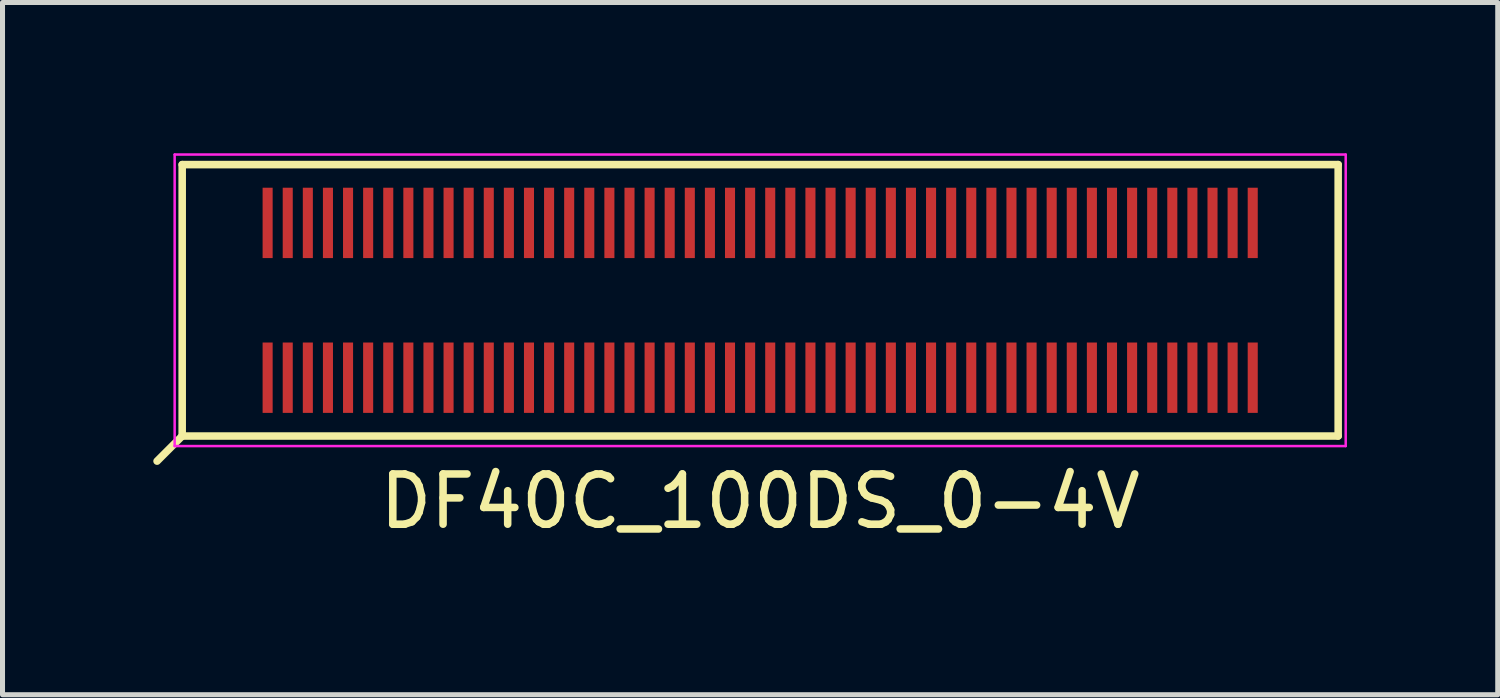
<source format=kicad_pcb>
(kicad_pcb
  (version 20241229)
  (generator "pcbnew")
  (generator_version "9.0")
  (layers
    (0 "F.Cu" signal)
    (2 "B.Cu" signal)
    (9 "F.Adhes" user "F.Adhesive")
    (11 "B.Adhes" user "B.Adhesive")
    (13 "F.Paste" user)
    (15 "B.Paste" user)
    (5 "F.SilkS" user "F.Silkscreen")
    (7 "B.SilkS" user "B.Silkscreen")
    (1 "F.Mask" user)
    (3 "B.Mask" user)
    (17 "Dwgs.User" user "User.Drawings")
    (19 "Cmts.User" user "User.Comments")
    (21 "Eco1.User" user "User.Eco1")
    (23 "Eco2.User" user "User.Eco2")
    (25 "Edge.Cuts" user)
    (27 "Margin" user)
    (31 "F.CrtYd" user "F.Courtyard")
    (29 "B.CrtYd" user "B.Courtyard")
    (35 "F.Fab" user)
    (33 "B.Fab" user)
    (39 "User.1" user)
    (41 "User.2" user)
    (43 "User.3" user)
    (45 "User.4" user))
  (footprint "DF40C_100DS_0-4V"
    (layer "F.Cu")
    (at 12.075 2.925)
    (property "Reference" "DF40C_100DS_0-4V" (at 0 4 0) (layer "F.SilkS") (effects (font (size 1 1) (thickness 0.15))))
    (attr smd)
    (fp_line (start -11.5 -2.7) (end -11.5 2.7) (stroke (width 0.15) (type solid)) (layer "F.SilkS"))
    (fp_line (start -11.5 -2.7) (end 11.5 -2.7) (stroke (width 0.15) (type solid)) (layer "F.SilkS"))
    (fp_line (start -11.5 2.7) (end -12 3.2) (stroke (width 0.15) (type solid)) (layer "F.SilkS"))
    (fp_line (start 11.5 2.7) (end -11.5 2.7) (stroke (width 0.15) (type solid)) (layer "F.SilkS"))
    (fp_line (start 11.5 2.7) (end 11.5 -2.7) (stroke (width 0.15) (type solid)) (layer "F.SilkS"))
    (fp_line (start -11.65 -2.9) (end -11.65 2.9) (stroke (width 0.05) (type solid)) (layer "F.CrtYd"))
    (fp_line (start -11.65 -2.9) (end 11.65 -2.9) (stroke (width 0.05) (type solid)) (layer "F.CrtYd"))
    (fp_line (start 11.65 2.9) (end -11.65 2.9) (stroke (width 0.05) (type solid)) (layer "F.CrtYd"))
    (fp_line (start 11.65 2.9) (end 11.65 -2.9) (stroke (width 0.05) (type solid)) (layer "F.CrtYd"))
    (pad "1" smd rect (at -9.8 1.54) (size 0.2 1.4) (layers "F.Cu" "F.Mask" "F.Paste"))
    (pad "2" smd rect (at -9.8 -1.54) (size 0.2 1.4) (layers "F.Cu" "F.Mask" "F.Paste"))
    (pad "3" smd rect (at -9.4 1.54) (size 0.2 1.4) (layers "F.Cu" "F.Mask" "F.Paste"))
    (pad "4" smd rect (at -9.4 -1.54) (size 0.2 1.4) (layers "F.Cu" "F.Mask" "F.Paste"))
    (pad "5" smd rect (at -9 1.54) (size 0.2 1.4) (layers "F.Cu" "F.Mask" "F.Paste"))
    (pad "6" smd rect (at -9 -1.54) (size 0.2 1.4) (layers "F.Cu" "F.Mask" "F.Paste"))
    (pad "7" smd rect (at -8.6 1.54) (size 0.2 1.4) (layers "F.Cu" "F.Mask" "F.Paste"))
    (pad "8" smd rect (at -8.6 -1.54) (size 0.2 1.4) (layers "F.Cu" "F.Mask" "F.Paste"))
    (pad "9" smd rect (at -8.2 1.54) (size 0.2 1.4) (layers "F.Cu" "F.Mask" "F.Paste"))
    (pad "10" smd rect (at -8.2 -1.54) (size 0.2 1.4) (layers "F.Cu" "F.Mask" "F.Paste"))
    (pad "11" smd rect (at -7.8 1.54) (size 0.2 1.4) (layers "F.Cu" "F.Mask" "F.Paste"))
    (pad "12" smd rect (at -7.8 -1.54) (size 0.2 1.4) (layers "F.Cu" "F.Mask" "F.Paste"))
    (pad "13" smd rect (at -7.4 1.54) (size 0.2 1.4) (layers "F.Cu" "F.Mask" "F.Paste"))
    (pad "14" smd rect (at -7.4 -1.54) (size 0.2 1.4) (layers "F.Cu" "F.Mask" "F.Paste"))
    (pad "15" smd rect (at -7 1.54) (size 0.2 1.4) (layers "F.Cu" "F.Mask" "F.Paste"))
    (pad "16" smd rect (at -7 -1.54) (size 0.2 1.4) (layers "F.Cu" "F.Mask" "F.Paste"))
    (pad "17" smd rect (at -6.6 1.54) (size 0.2 1.4) (layers "F.Cu" "F.Mask" "F.Paste"))
    (pad "18" smd rect (at -6.6 -1.54) (size 0.2 1.4) (layers "F.Cu" "F.Mask" "F.Paste"))
    (pad "19" smd rect (at -6.2 1.54) (size 0.2 1.4) (layers "F.Cu" "F.Mask" "F.Paste"))
    (pad "20" smd rect (at -6.2 -1.54) (size 0.2 1.4) (layers "F.Cu" "F.Mask" "F.Paste"))
    (pad "21" smd rect (at -5.8 1.54) (size 0.2 1.4) (layers "F.Cu" "F.Mask" "F.Paste"))
    (pad "22" smd rect (at -5.8 -1.54) (size 0.2 1.4) (layers "F.Cu" "F.Mask" "F.Paste"))
    (pad "23" smd rect (at -5.4 1.54) (size 0.2 1.4) (layers "F.Cu" "F.Mask" "F.Paste"))
    (pad "24" smd rect (at -5.4 -1.54) (size 0.2 1.4) (layers "F.Cu" "F.Mask" "F.Paste"))
    (pad "25" smd rect (at -5 1.54) (size 0.2 1.4) (layers "F.Cu" "F.Mask" "F.Paste"))
    (pad "26" smd rect (at -5 -1.54) (size 0.2 1.4) (layers "F.Cu" "F.Mask" "F.Paste"))
    (pad "27" smd rect (at -4.6 1.54) (size 0.2 1.4) (layers "F.Cu" "F.Mask" "F.Paste"))
    (pad "28" smd rect (at -4.6 -1.54) (size 0.2 1.4) (layers "F.Cu" "F.Mask" "F.Paste"))
    (pad "29" smd rect (at -4.2 1.54) (size 0.2 1.4) (layers "F.Cu" "F.Mask" "F.Paste"))
    (pad "30" smd rect (at -4.2 -1.54) (size 0.2 1.4) (layers "F.Cu" "F.Mask" "F.Paste"))
    (pad "31" smd rect (at -3.8 1.54) (size 0.2 1.4) (layers "F.Cu" "F.Mask" "F.Paste"))
    (pad "32" smd rect (at -3.8 -1.54) (size 0.2 1.4) (layers "F.Cu" "F.Mask" "F.Paste"))
    (pad "33" smd rect (at -3.4 1.54) (size 0.2 1.4) (layers "F.Cu" "F.Mask" "F.Paste"))
    (pad "34" smd rect (at -3.4 -1.54) (size 0.2 1.4) (layers "F.Cu" "F.Mask" "F.Paste"))
    (pad "35" smd rect (at -3 1.54) (size 0.2 1.4) (layers "F.Cu" "F.Mask" "F.Paste"))
    (pad "36" smd rect (at -3 -1.54) (size 0.2 1.4) (layers "F.Cu" "F.Mask" "F.Paste"))
    (pad "37" smd rect (at -2.6 1.54) (size 0.2 1.4) (layers "F.Cu" "F.Mask" "F.Paste"))
    (pad "38" smd rect (at -2.6 -1.54) (size 0.2 1.4) (layers "F.Cu" "F.Mask" "F.Paste"))
    (pad "39" smd rect (at -2.2 1.54) (size 0.2 1.4) (layers "F.Cu" "F.Mask" "F.Paste"))
    (pad "40" smd rect (at -2.2 -1.54) (size 0.2 1.4) (layers "F.Cu" "F.Mask" "F.Paste"))
    (pad "41" smd rect (at -1.8 1.54) (size 0.2 1.4) (layers "F.Cu" "F.Mask" "F.Paste"))
    (pad "42" smd rect (at -1.8 -1.54) (size 0.2 1.4) (layers "F.Cu" "F.Mask" "F.Paste"))
    (pad "43" smd rect (at -1.4 1.54) (size 0.2 1.4) (layers "F.Cu" "F.Mask" "F.Paste"))
    (pad "44" smd rect (at -1.4 -1.54) (size 0.2 1.4) (layers "F.Cu" "F.Mask" "F.Paste"))
    (pad "45" smd rect (at -1 1.54) (size 0.2 1.4) (layers "F.Cu" "F.Mask" "F.Paste"))
    (pad "46" smd rect (at -1 -1.54) (size 0.2 1.4) (layers "F.Cu" "F.Mask" "F.Paste"))
    (pad "47" smd rect (at -0.6 1.54) (size 0.2 1.4) (layers "F.Cu" "F.Mask" "F.Paste"))
    (pad "48" smd rect (at -0.6 -1.54) (size 0.2 1.4) (layers "F.Cu" "F.Mask" "F.Paste"))
    (pad "49" smd rect (at -0.2 1.54) (size 0.2 1.4) (layers "F.Cu" "F.Mask" "F.Paste"))
    (pad "50" smd rect (at -0.2 -1.54) (size 0.2 1.4) (layers "F.Cu" "F.Mask" "F.Paste"))
    (pad "51" smd rect (at 0.2 1.54) (size 0.2 1.4) (layers "F.Cu" "F.Mask" "F.Paste"))
    (pad "52" smd rect (at 0.2 -1.54) (size 0.2 1.4) (layers "F.Cu" "F.Mask" "F.Paste"))
    (pad "53" smd rect (at 0.6 1.54) (size 0.2 1.4) (layers "F.Cu" "F.Mask" "F.Paste"))
    (pad "54" smd rect (at 0.6 -1.54) (size 0.2 1.4) (layers "F.Cu" "F.Mask" "F.Paste"))
    (pad "55" smd rect (at 1 1.54) (size 0.2 1.4) (layers "F.Cu" "F.Mask" "F.Paste"))
    (pad "56" smd rect (at 1 -1.54) (size 0.2 1.4) (layers "F.Cu" "F.Mask" "F.Paste"))
    (pad "57" smd rect (at 1.4 1.54) (size 0.2 1.4) (layers "F.Cu" "F.Mask" "F.Paste"))
    (pad "58" smd rect (at 1.4 -1.54) (size 0.2 1.4) (layers "F.Cu" "F.Mask" "F.Paste"))
    (pad "59" smd rect (at 1.8 1.54) (size 0.2 1.4) (layers "F.Cu" "F.Mask" "F.Paste"))
    (pad "60" smd rect (at 1.8 -1.54) (size 0.2 1.4) (layers "F.Cu" "F.Mask" "F.Paste"))
    (pad "61" smd rect (at 2.2 1.54) (size 0.2 1.4) (layers "F.Cu" "F.Mask" "F.Paste"))
    (pad "62" smd rect (at 2.2 -1.54) (size 0.2 1.4) (layers "F.Cu" "F.Mask" "F.Paste"))
    (pad "63" smd rect (at 2.6 1.54) (size 0.2 1.4) (layers "F.Cu" "F.Mask" "F.Paste"))
    (pad "64" smd rect (at 2.6 -1.54) (size 0.2 1.4) (layers "F.Cu" "F.Mask" "F.Paste"))
    (pad "65" smd rect (at 3 1.54) (size 0.2 1.4) (layers "F.Cu" "F.Mask" "F.Paste"))
    (pad "66" smd rect (at 3 -1.54) (size 0.2 1.4) (layers "F.Cu" "F.Mask" "F.Paste"))
    (pad "67" smd rect (at 3.4 1.54) (size 0.2 1.4) (layers "F.Cu" "F.Mask" "F.Paste"))
    (pad "68" smd rect (at 3.4 -1.54) (size 0.2 1.4) (layers "F.Cu" "F.Mask" "F.Paste"))
    (pad "69" smd rect (at 3.8 1.54) (size 0.2 1.4) (layers "F.Cu" "F.Mask" "F.Paste"))
    (pad "70" smd rect (at 3.8 -1.54) (size 0.2 1.4) (layers "F.Cu" "F.Mask" "F.Paste"))
    (pad "71" smd rect (at 4.2 1.54) (size 0.2 1.4) (layers "F.Cu" "F.Mask" "F.Paste"))
    (pad "72" smd rect (at 4.2 -1.54) (size 0.2 1.4) (layers "F.Cu" "F.Mask" "F.Paste"))
    (pad "73" smd rect (at 4.6 1.54) (size 0.2 1.4) (layers "F.Cu" "F.Mask" "F.Paste"))
    (pad "74" smd rect (at 4.6 -1.54) (size 0.2 1.4) (layers "F.Cu" "F.Mask" "F.Paste"))
    (pad "75" smd rect (at 5 1.54) (size 0.2 1.4) (layers "F.Cu" "F.Mask" "F.Paste"))
    (pad "76" smd rect (at 5 -1.54) (size 0.2 1.4) (layers "F.Cu" "F.Mask" "F.Paste"))
    (pad "77" smd rect (at 5.4 1.54) (size 0.2 1.4) (layers "F.Cu" "F.Mask" "F.Paste"))
    (pad "78" smd rect (at 5.4 -1.54) (size 0.2 1.4) (layers "F.Cu" "F.Mask" "F.Paste"))
    (pad "79" smd rect (at 5.8 1.54) (size 0.2 1.4) (layers "F.Cu" "F.Mask" "F.Paste"))
    (pad "80" smd rect (at 5.8 -1.54) (size 0.2 1.4) (layers "F.Cu" "F.Mask" "F.Paste"))
    (pad "81" smd rect (at 6.2 1.54) (size 0.2 1.4) (layers "F.Cu" "F.Mask" "F.Paste"))
    (pad "82" smd rect (at 6.2 -1.54) (size 0.2 1.4) (layers "F.Cu" "F.Mask" "F.Paste"))
    (pad "83" smd rect (at 6.6 1.54) (size 0.2 1.4) (layers "F.Cu" "F.Mask" "F.Paste"))
    (pad "84" smd rect (at 6.6 -1.54) (size 0.2 1.4) (layers "F.Cu" "F.Mask" "F.Paste"))
    (pad "85" smd rect (at 7 1.54) (size 0.2 1.4) (layers "F.Cu" "F.Mask" "F.Paste"))
    (pad "86" smd rect (at 7 -1.54) (size 0.2 1.4) (layers "F.Cu" "F.Mask" "F.Paste"))
    (pad "87" smd rect (at 7.4 1.54) (size 0.2 1.4) (layers "F.Cu" "F.Mask" "F.Paste"))
    (pad "88" smd rect (at 7.4 -1.54) (size 0.2 1.4) (layers "F.Cu" "F.Mask" "F.Paste"))
    (pad "89" smd rect (at 7.8 1.54) (size 0.2 1.4) (layers "F.Cu" "F.Mask" "F.Paste"))
    (pad "90" smd rect (at 7.8 -1.54) (size 0.2 1.4) (layers "F.Cu" "F.Mask" "F.Paste"))
    (pad "91" smd rect (at 8.2 1.54) (size 0.2 1.4) (layers "F.Cu" "F.Mask" "F.Paste"))
    (pad "92" smd rect (at 8.2 -1.54) (size 0.2 1.4) (layers "F.Cu" "F.Mask" "F.Paste"))
    (pad "93" smd rect (at 8.6 1.54) (size 0.2 1.4) (layers "F.Cu" "F.Mask" "F.Paste"))
    (pad "94" smd rect (at 8.6 -1.54) (size 0.2 1.4) (layers "F.Cu" "F.Mask" "F.Paste"))
    (pad "95" smd rect (at 9 1.54) (size 0.2 1.4) (layers "F.Cu" "F.Mask" "F.Paste"))
    (pad "96" smd rect (at 9 -1.54) (size 0.2 1.4) (layers "F.Cu" "F.Mask" "F.Paste"))
    (pad "97" smd rect (at 9.4 1.54) (size 0.2 1.4) (layers "F.Cu" "F.Mask" "F.Paste"))
    (pad "98" smd rect (at 9.4 -1.54) (size 0.2 1.4) (layers "F.Cu" "F.Mask" "F.Paste"))
    (pad "99" smd rect (at 9.8 1.54) (size 0.2 1.4) (layers "F.Cu" "F.Mask" "F.Paste"))
    (pad "100" smd rect (at 9.8 -1.54) (size 0.2 1.4) (layers "F.Cu" "F.Mask" "F.Paste")))
  (gr_rect
    (start -3 -3)
    (end 26.75 10.773)
    (stroke (width 0.1) (type default))
    (fill no)
    (layer "Edge.Cuts")))
</source>
